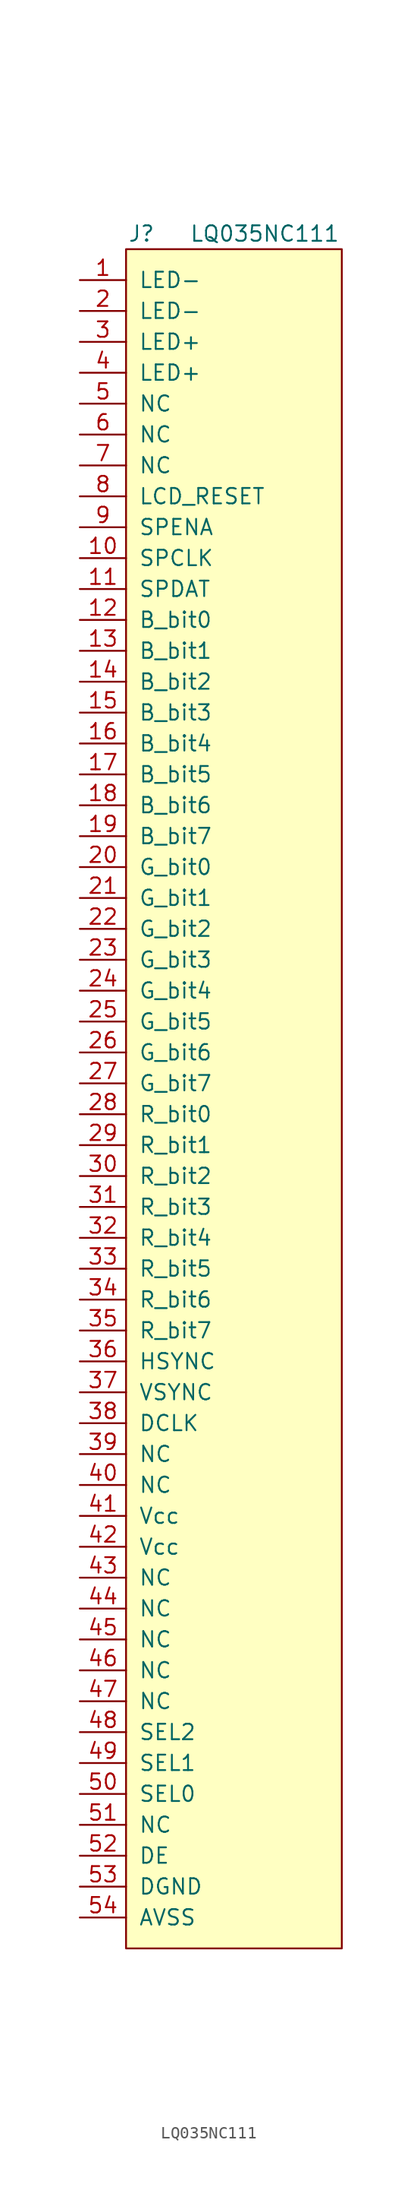
<source format=kicad_sym>
(kicad_symbol_lib
  (version 20211014)
  (generator kicad_symbol_editor)
  (symbol "LQ035NC111"
    (pin_names
      (offset 1.016))
    (property "Reference" "J"
      (at 1.27 1.27 0)
      (effects (font (size 1.27 1.27))))
    (property "Value" "LQ035NC111"
      (at 11.43 1.27 0)
      (effects (font (size 1.27 1.27))))
    (symbol "LQ035NC111_0_0"
      (pin unspecified line (at -3.81 -2.54 0) (length 3.81) (name "LED-" (effects (font (size 1.27 1.27)))) (number "1" (effects (font (size 1.27 1.27)))))
      (pin unspecified line (at -3.81 -25.4 0) (length 3.81) (name "SPCLK" (effects (font (size 1.27 1.27)))) (number "10" (effects (font (size 1.27 1.27)))))
      (pin unspecified line (at -3.81 -27.94 0) (length 3.81) (name "SPDAT" (effects (font (size 1.27 1.27)))) (number "11" (effects (font (size 1.27 1.27)))))
      (pin input line (at -3.81 -30.48 0) (length 3.81) (name "B_bit0" (effects (font (size 1.27 1.27)))) (number "12" (effects (font (size 1.27 1.27)))))
      (pin input line (at -3.81 -33.02 0) (length 3.81) (name "B_bit1" (effects (font (size 1.27 1.27)))) (number "13" (effects (font (size 1.27 1.27)))))
      (pin input line (at -3.81 -35.56 0) (length 3.81) (name "B_bit2" (effects (font (size 1.27 1.27)))) (number "14" (effects (font (size 1.27 1.27)))))
      (pin input line (at -3.81 -38.1 0) (length 3.81) (name "B_bit3" (effects (font (size 1.27 1.27)))) (number "15" (effects (font (size 1.27 1.27)))))
      (pin input line (at -3.81 -40.64 0) (length 3.81) (name "B_bit4" (effects (font (size 1.27 1.27)))) (number "16" (effects (font (size 1.27 1.27)))))
      (pin input line (at -3.81 -43.18 0) (length 3.81) (name "B_bit5" (effects (font (size 1.27 1.27)))) (number "17" (effects (font (size 1.27 1.27)))))
      (pin input line (at -3.81 -45.72 0) (length 3.81) (name "B_bit6" (effects (font (size 1.27 1.27)))) (number "18" (effects (font (size 1.27 1.27)))))
      (pin input line (at -3.81 -48.26 0) (length 3.81) (name "B_bit7" (effects (font (size 1.27 1.27)))) (number "19" (effects (font (size 1.27 1.27)))))
      (pin unspecified line (at -3.81 -5.08 0) (length 3.81) (name "LED-" (effects (font (size 1.27 1.27)))) (number "2" (effects (font (size 1.27 1.27)))))
      (pin input line (at -3.81 -50.8 0) (length 3.81) (name "G_bit0" (effects (font (size 1.27 1.27)))) (number "20" (effects (font (size 1.27 1.27)))))
      (pin input line (at -3.81 -53.34 0) (length 3.81) (name "G_bit1" (effects (font (size 1.27 1.27)))) (number "21" (effects (font (size 1.27 1.27)))))
      (pin input line (at -3.81 -55.88 0) (length 3.81) (name "G_bit2" (effects (font (size 1.27 1.27)))) (number "22" (effects (font (size 1.27 1.27)))))
      (pin input line (at -3.81 -58.42 0) (length 3.81) (name "G_bit3" (effects (font (size 1.27 1.27)))) (number "23" (effects (font (size 1.27 1.27)))))
      (pin input line (at -3.81 -60.96 0) (length 3.81) (name "G_bit4" (effects (font (size 1.27 1.27)))) (number "24" (effects (font (size 1.27 1.27)))))
      (pin input line (at -3.81 -63.5 0) (length 3.81) (name "G_bit5" (effects (font (size 1.27 1.27)))) (number "25" (effects (font (size 1.27 1.27)))))
      (pin input line (at -3.81 -66.04 0) (length 3.81) (name "G_bit6" (effects (font (size 1.27 1.27)))) (number "26" (effects (font (size 1.27 1.27)))))
      (pin input line (at -3.81 -68.58 0) (length 3.81) (name "G_bit7" (effects (font (size 1.27 1.27)))) (number "27" (effects (font (size 1.27 1.27)))))
      (pin input line (at -3.81 -71.12 0) (length 3.81) (name "R_bit0" (effects (font (size 1.27 1.27)))) (number "28" (effects (font (size 1.27 1.27)))))
      (pin input line (at -3.81 -73.66 0) (length 3.81) (name "R_bit1" (effects (font (size 1.27 1.27)))) (number "29" (effects (font (size 1.27 1.27)))))
      (pin unspecified line (at -3.81 -7.62 0) (length 3.81) (name "LED+" (effects (font (size 1.27 1.27)))) (number "3" (effects (font (size 1.27 1.27)))))
      (pin input line (at -3.81 -76.2 0) (length 3.81) (name "R_bit2" (effects (font (size 1.27 1.27)))) (number "30" (effects (font (size 1.27 1.27)))))
      (pin input line (at -3.81 -78.74 0) (length 3.81) (name "R_bit3" (effects (font (size 1.27 1.27)))) (number "31" (effects (font (size 1.27 1.27)))))
      (pin input line (at -3.81 -81.28 0) (length 3.81) (name "R_bit4" (effects (font (size 1.27 1.27)))) (number "32" (effects (font (size 1.27 1.27)))))
      (pin input line (at -3.81 -83.82 0) (length 3.81) (name "R_bit5" (effects (font (size 1.27 1.27)))) (number "33" (effects (font (size 1.27 1.27)))))
      (pin input line (at -3.81 -86.36 0) (length 3.81) (name "R_bit6" (effects (font (size 1.27 1.27)))) (number "34" (effects (font (size 1.27 1.27)))))
      (pin input line (at -3.81 -88.9 0) (length 3.81) (name "R_bit7" (effects (font (size 1.27 1.27)))) (number "35" (effects (font (size 1.27 1.27)))))
      (pin unspecified line (at -3.81 -91.44 0) (length 3.81) (name "HSYNC" (effects (font (size 1.27 1.27)))) (number "36" (effects (font (size 1.27 1.27)))))
      (pin unspecified line (at -3.81 -93.98 0) (length 3.81) (name "VSYNC" (effects (font (size 1.27 1.27)))) (number "37" (effects (font (size 1.27 1.27)))))
      (pin unspecified line (at -3.81 -96.52 0) (length 3.81) (name "DCLK" (effects (font (size 1.27 1.27)))) (number "38" (effects (font (size 1.27 1.27)))))
      (pin unspecified line (at -3.81 -99.06 0) (length 3.81) (name "NC" (effects (font (size 1.27 1.27)))) (number "39" (effects (font (size 1.27 1.27)))))
      (pin unspecified line (at -3.81 -10.16 0) (length 3.81) (name "LED+" (effects (font (size 1.27 1.27)))) (number "4" (effects (font (size 1.27 1.27)))))
      (pin unspecified line (at -3.81 -101.6 0) (length 3.81) (name "NC" (effects (font (size 1.27 1.27)))) (number "40" (effects (font (size 1.27 1.27)))))
      (pin unspecified line (at -3.81 -104.14 0) (length 3.81) (name "Vcc" (effects (font (size 1.27 1.27)))) (number "41" (effects (font (size 1.27 1.27)))))
      (pin unspecified line (at -3.81 -106.68 0) (length 3.81) (name "Vcc" (effects (font (size 1.27 1.27)))) (number "42" (effects (font (size 1.27 1.27)))))
      (pin unspecified line (at -3.81 -109.22 0) (length 3.81) (name "NC" (effects (font (size 1.27 1.27)))) (number "43" (effects (font (size 1.27 1.27)))))
      (pin unspecified line (at -3.81 -111.76 0) (length 3.81) (name "NC" (effects (font (size 1.27 1.27)))) (number "44" (effects (font (size 1.27 1.27)))))
      (pin unspecified line (at -3.81 -114.3 0) (length 3.81) (name "NC" (effects (font (size 1.27 1.27)))) (number "45" (effects (font (size 1.27 1.27)))))
      (pin unspecified line (at -3.81 -116.84 0) (length 3.81) (name "NC" (effects (font (size 1.27 1.27)))) (number "46" (effects (font (size 1.27 1.27)))))
      (pin unspecified line (at -3.81 -119.38 0) (length 3.81) (name "NC" (effects (font (size 1.27 1.27)))) (number "47" (effects (font (size 1.27 1.27)))))
      (pin unspecified line (at -3.81 -121.92 0) (length 3.81) (name "SEL2" (effects (font (size 1.27 1.27)))) (number "48" (effects (font (size 1.27 1.27)))))
      (pin unspecified line (at -3.81 -124.46 0) (length 3.81) (name "SEL1" (effects (font (size 1.27 1.27)))) (number "49" (effects (font (size 1.27 1.27)))))
      (pin unspecified line (at -3.81 -12.7 0) (length 3.81) (name "NC" (effects (font (size 1.27 1.27)))) (number "5" (effects (font (size 1.27 1.27)))))
      (pin unspecified line (at -3.81 -127 0) (length 3.81) (name "SEL0" (effects (font (size 1.27 1.27)))) (number "50" (effects (font (size 1.27 1.27)))))
      (pin unspecified line (at -3.81 -129.54 0) (length 3.81) (name "NC" (effects (font (size 1.27 1.27)))) (number "51" (effects (font (size 1.27 1.27)))))
      (pin unspecified line (at -3.81 -132.08 0) (length 3.81) (name "DE" (effects (font (size 1.27 1.27)))) (number "52" (effects (font (size 1.27 1.27)))))
      (pin power_in line (at -3.81 -134.62 0) (length 3.81) (name "DGND" (effects (font (size 1.27 1.27)))) (number "53" (effects (font (size 1.27 1.27)))))
      (pin power_in line (at -3.81 -137.16 0) (length 3.81) (name "AVSS" (effects (font (size 1.27 1.27)))) (number "54" (effects (font (size 1.27 1.27)))))
      (pin unspecified line (at -3.81 -15.24 0) (length 3.81) (name "NC" (effects (font (size 1.27 1.27)))) (number "6" (effects (font (size 1.27 1.27)))))
      (pin unspecified line (at -3.81 -17.78 0) (length 3.81) (name "NC" (effects (font (size 1.27 1.27)))) (number "7" (effects (font (size 1.27 1.27)))))
      (pin unspecified line (at -3.81 -20.32 0) (length 3.81) (name "LCD_RESET" (effects (font (size 1.27 1.27)))) (number "8" (effects (font (size 1.27 1.27)))))
      (pin unspecified line (at -3.81 -22.86 0) (length 3.81) (name "SPENA" (effects (font (size 1.27 1.27)))) (number "9" (effects (font (size 1.27 1.27))))))
    (symbol "LQ035NC111_0_1"
      (rectangle (start 0 0) (end 17.78 -139.7) (stroke (width 0) (type default) (color 0 0 0 0)) (fill (type background))))))
</source>
